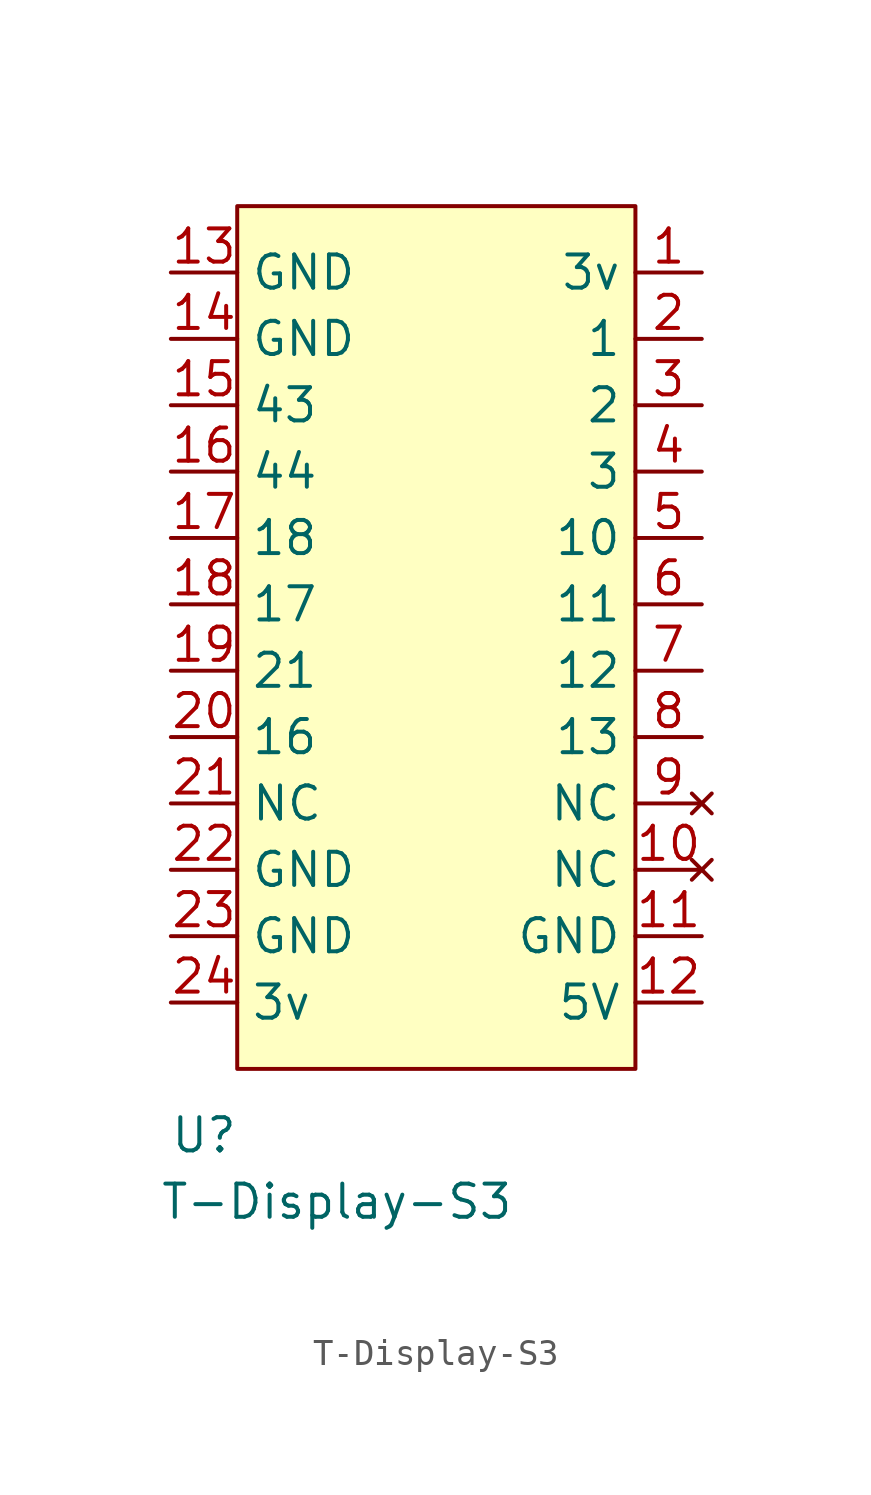
<source format=kicad_sym>
(kicad_symbol_lib
  (version 20220914)
  (generator kicad_symbol_editor)
  (symbol "T-Display-S3"
    (property "Reference" "U"
      (at -16.51 -2.54 0)
      (effects (font (size 1.27 1.27))))
    (property "Value" "T-Display-S3"
      (at -11.43 -5.08 0)
      (effects (font (size 1.27 1.27))))
    (symbol "T-Display-S3_0_1"
      (rectangle (start -15.24 33.02) (end 0 0) (stroke (width 0) (type default)) (fill (type background))))
    (symbol "T-Display-S3_1_1"
      (pin power_in line (at 2.54 30.48 180) (length 2.54) (name "3v" (effects (font (size 1.27 1.27)))) (number "1" (effects (font (size 1.27 1.27)))))
      (pin no_connect line (at 2.54 7.62 180) (length 2.54) (name "NC" (effects (font (size 1.27 1.27)))) (number "10" (effects (font (size 1.27 1.27)))))
      (pin power_in line (at 2.54 5.08 180) (length 2.54) (name "GND" (effects (font (size 1.27 1.27)))) (number "11" (effects (font (size 1.27 1.27)))))
      (pin power_in line (at 2.54 2.54 180) (length 2.54) (name "5V" (effects (font (size 1.27 1.27)))) (number "12" (effects (font (size 1.27 1.27)))))
      (pin power_in line (at -17.78 30.48 0) (length 2.54) (name "GND" (effects (font (size 1.27 1.27)))) (number "13" (effects (font (size 1.27 1.27)))))
      (pin power_in line (at -17.78 27.94 0) (length 2.54) (name "GND" (effects (font (size 1.27 1.27)))) (number "14" (effects (font (size 1.27 1.27)))))
      (pin bidirectional line (at -17.78 25.4 0) (length 2.54) (name "43" (effects (font (size 1.27 1.27)))) (number "15" (effects (font (size 1.27 1.27)))))
      (pin bidirectional line (at -17.78 22.86 0) (length 2.54) (name "44" (effects (font (size 1.27 1.27)))) (number "16" (effects (font (size 1.27 1.27)))))
      (pin bidirectional line (at -17.78 20.32 0) (length 2.54) (name "18" (effects (font (size 1.27 1.27)))) (number "17" (effects (font (size 1.27 1.27)))))
      (pin bidirectional line (at -17.78 17.78 0) (length 2.54) (name "17" (effects (font (size 1.27 1.27)))) (number "18" (effects (font (size 1.27 1.27)))))
      (pin bidirectional line (at -17.78 15.24 0) (length 2.54) (name "21" (effects (font (size 1.27 1.27)))) (number "19" (effects (font (size 1.27 1.27)))))
      (pin bidirectional line (at 2.54 27.94 180) (length 2.54) (name "1" (effects (font (size 1.27 1.27)))) (number "2" (effects (font (size 1.27 1.27)))))
      (pin bidirectional line (at -17.78 12.7 0) (length 2.54) (name "16" (effects (font (size 1.27 1.27)))) (number "20" (effects (font (size 1.27 1.27)))))
      (pin bidirectional line (at -17.78 10.16 0) (length 2.54) (name "NC" (effects (font (size 1.27 1.27)))) (number "21" (effects (font (size 1.27 1.27)))))
      (pin power_in line (at -17.78 7.62 0) (length 2.54) (name "GND" (effects (font (size 1.27 1.27)))) (number "22" (effects (font (size 1.27 1.27)))))
      (pin power_in line (at -17.78 5.08 0) (length 2.54) (name "GND" (effects (font (size 1.27 1.27)))) (number "23" (effects (font (size 1.27 1.27)))))
      (pin power_in line (at -17.78 2.54 0) (length 2.54) (name "3v" (effects (font (size 1.27 1.27)))) (number "24" (effects (font (size 1.27 1.27)))))
      (pin bidirectional line (at 2.54 25.4 180) (length 2.54) (name "2" (effects (font (size 1.27 1.27)))) (number "3" (effects (font (size 1.27 1.27)))))
      (pin bidirectional line (at 2.54 22.86 180) (length 2.54) (name "3" (effects (font (size 1.27 1.27)))) (number "4" (effects (font (size 1.27 1.27)))))
      (pin bidirectional line (at 2.54 20.32 180) (length 2.54) (name "10" (effects (font (size 1.27 1.27)))) (number "5" (effects (font (size 1.27 1.27)))))
      (pin bidirectional line (at 2.54 17.78 180) (length 2.54) (name "11" (effects (font (size 1.27 1.27)))) (number "6" (effects (font (size 1.27 1.27)))))
      (pin bidirectional line (at 2.54 15.24 180) (length 2.54) (name "12" (effects (font (size 1.27 1.27)))) (number "7" (effects (font (size 1.27 1.27)))))
      (pin bidirectional line (at 2.54 12.7 180) (length 2.54) (name "13" (effects (font (size 1.27 1.27)))) (number "8" (effects (font (size 1.27 1.27)))))
      (pin no_connect line (at 2.54 10.16 180) (length 2.54) (name "NC" (effects (font (size 1.27 1.27)))) (number "9" (effects (font (size 1.27 1.27))))))))
</source>
